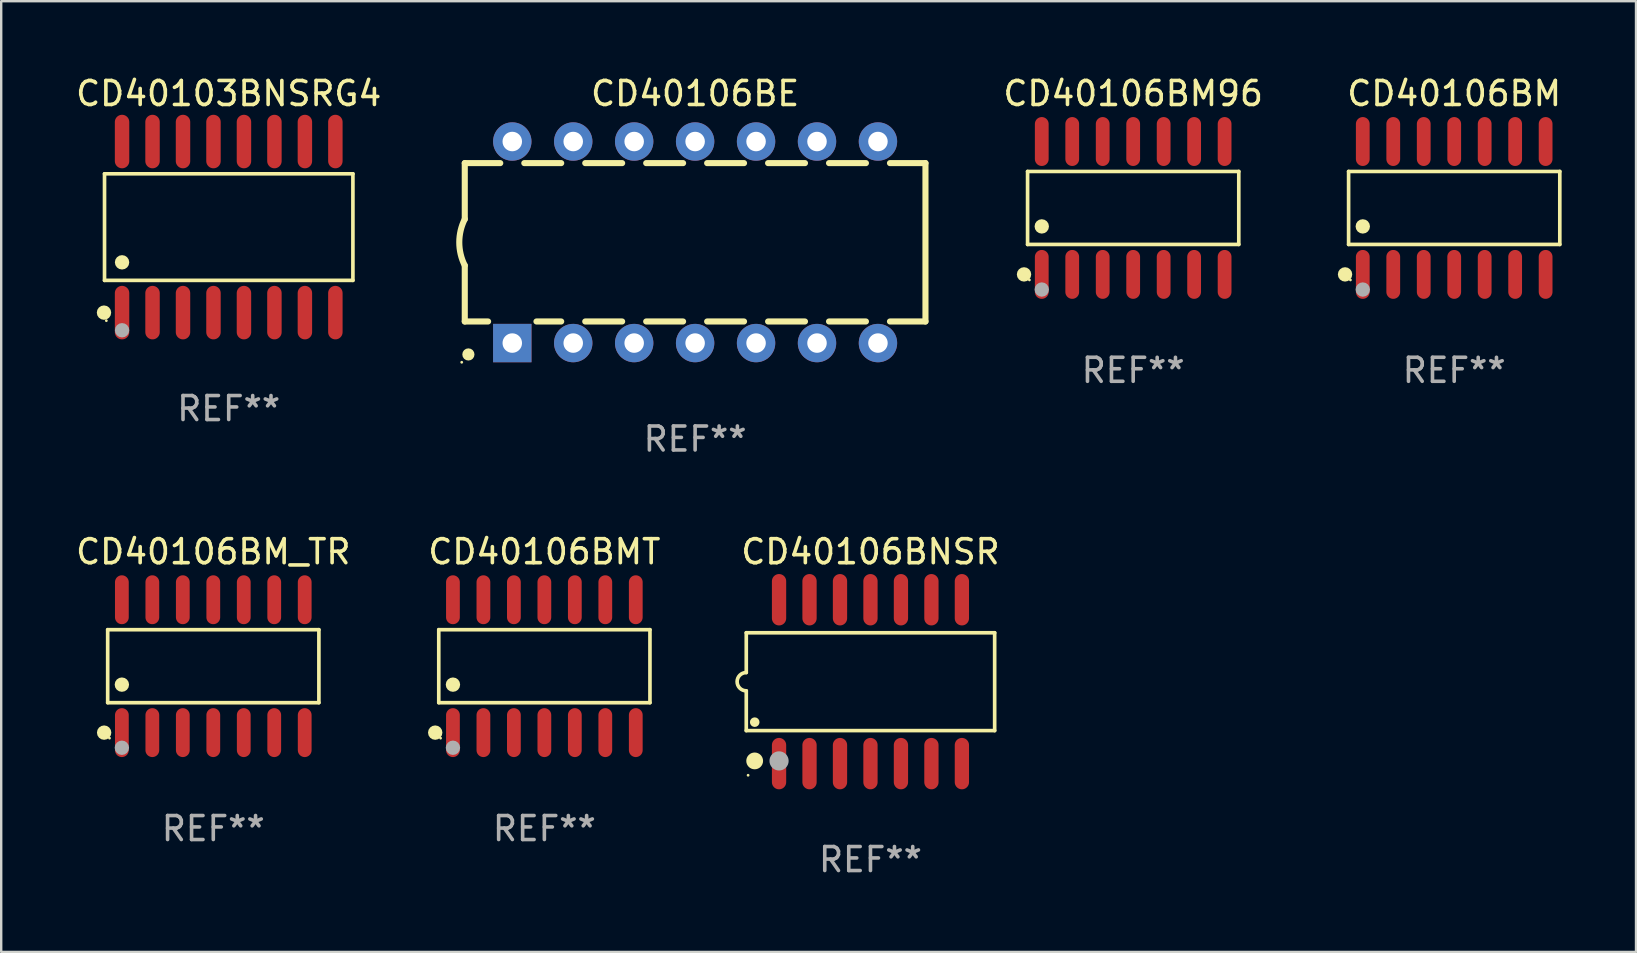
<source format=kicad_pcb>
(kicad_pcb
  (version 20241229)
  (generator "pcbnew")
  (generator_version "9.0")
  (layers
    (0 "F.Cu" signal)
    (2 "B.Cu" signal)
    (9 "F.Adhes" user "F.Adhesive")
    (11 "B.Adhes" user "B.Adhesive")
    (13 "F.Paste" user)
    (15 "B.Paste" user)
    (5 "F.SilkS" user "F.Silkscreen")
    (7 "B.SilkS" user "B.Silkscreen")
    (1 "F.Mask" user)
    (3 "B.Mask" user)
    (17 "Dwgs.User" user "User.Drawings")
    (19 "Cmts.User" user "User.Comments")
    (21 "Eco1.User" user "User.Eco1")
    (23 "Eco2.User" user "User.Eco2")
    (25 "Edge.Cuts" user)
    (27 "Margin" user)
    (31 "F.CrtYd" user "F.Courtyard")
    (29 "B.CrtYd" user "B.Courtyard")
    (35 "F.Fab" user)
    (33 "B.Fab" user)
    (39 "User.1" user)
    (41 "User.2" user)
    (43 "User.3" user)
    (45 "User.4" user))
  (footprint "CD40106BMT"
    (layer "F.Cu")
    (at 19.637 24.714)
    (property "Reference" "CD40106BMT" (at 0 -4.769 0) (layer "F.SilkS") (effects (font (size 1 1) (thickness 0.15))))
    (attr through_hole)
    (fp_line (start -4.401 -1.521) (end 4.401 -1.521) (stroke (width 0.152) (type solid)) (layer "F.SilkS"))
    (fp_line (start -4.401 1.521) (end -4.401 -1.521) (stroke (width 0.152) (type solid)) (layer "F.SilkS"))
    (fp_line (start 4.401 -1.521) (end 4.401 1.521) (stroke (width 0.152) (type solid)) (layer "F.SilkS"))
    (fp_line (start 4.401 1.521) (end -4.401 1.521) (stroke (width 0.152) (type solid)) (layer "F.SilkS"))
    (fp_circle (center -4.549 2.769) (end -4.399 2.769) (stroke (width 0.3) (type solid)) (fill no) (layer "F.SilkS"))
    (fp_circle (center -4.325 3) (end -4.295 3) (stroke (width 0.06) (type solid)) (fill no) (layer "F.SilkS"))
    (fp_circle (center -3.81 0.769) (end -3.66 0.769) (stroke (width 0.3) (type solid)) (fill no) (layer "F.SilkS"))
    (fp_circle (center -3.81 3.4) (end -3.66 3.4) (stroke (width 0.3) (type solid)) (fill no) (layer "F.Fab"))
    (fp_text user "REF**" (at 0 6.769 0) (layer "F.Fab") (effects (font (size 1 1) (thickness 0.15))))
    (pad "1" smd oval (at -3.81 2.769) (size 0.574 2.038) (layers "F.Cu" "F.Mask" "F.Paste"))
    (pad "2" smd oval (at -2.54 2.769) (size 0.574 2.038) (layers "F.Cu" "F.Mask" "F.Paste"))
    (pad "3" smd oval (at -1.27 2.769) (size 0.574 2.038) (layers "F.Cu" "F.Mask" "F.Paste"))
    (pad "4" smd oval (at 0 2.769) (size 0.574 2.038) (layers "F.Cu" "F.Mask" "F.Paste"))
    (pad "5" smd oval (at 1.27 2.769) (size 0.574 2.038) (layers "F.Cu" "F.Mask" "F.Paste"))
    (pad "6" smd oval (at 2.54 2.769) (size 0.574 2.038) (layers "F.Cu" "F.Mask" "F.Paste"))
    (pad "7" smd oval (at 3.81 2.769) (size 0.574 2.038) (layers "F.Cu" "F.Mask" "F.Paste"))
    (pad "8" smd oval (at 3.81 -2.769) (size 0.574 2.038) (layers "F.Cu" "F.Mask" "F.Paste"))
    (pad "9" smd oval (at 2.54 -2.769) (size 0.574 2.038) (layers "F.Cu" "F.Mask" "F.Paste"))
    (pad "10" smd oval (at 1.27 -2.769) (size 0.574 2.038) (layers "F.Cu" "F.Mask" "F.Paste"))
    (pad "11" smd oval (at 0 -2.769) (size 0.574 2.038) (layers "F.Cu" "F.Mask" "F.Paste"))
    (pad "12" smd oval (at -1.27 -2.769) (size 0.574 2.038) (layers "F.Cu" "F.Mask" "F.Paste"))
    (pad "13" smd oval (at -2.54 -2.769) (size 0.574 2.038) (layers "F.Cu" "F.Mask" "F.Paste"))
    (pad "14" smd oval (at -3.81 -2.769) (size 0.574 2.038) (layers "F.Cu" "F.Mask" "F.Paste")))
  (footprint "CD40106BE"
    (layer "F.Cu")
    (at 25.92 7.048)
    (property "Reference" "CD40106BE" (at 0 -6.2 0) (layer "F.SilkS") (effects (font (size 1 1) (thickness 0.15))))
    (attr through_hole)
    (fp_line (start -9.6 -3.3) (end -9.6 -0.965) (stroke (width 0.254) (type solid)) (layer "F.SilkS"))
    (fp_line (start -9.6 -3.3) (end -8.121 -3.3) (stroke (width 0.254) (type solid)) (layer "F.SilkS"))
    (fp_line (start -9.6 3.3) (end -9.6 0.965) (stroke (width 0.254) (type solid)) (layer "F.SilkS"))
    (fp_line (start -9.6 3.3) (end -8.628 3.3) (stroke (width 0.254) (type solid)) (layer "F.SilkS"))
    (fp_line (start -7.119 -3.3) (end -5.581 -3.3) (stroke (width 0.254) (type solid)) (layer "F.SilkS"))
    (fp_line (start -6.612 3.3) (end -5.581 3.3) (stroke (width 0.254) (type solid)) (layer "F.SilkS"))
    (fp_line (start -4.579 -3.3) (end -3.041 -3.3) (stroke (width 0.254) (type solid)) (layer "F.SilkS"))
    (fp_line (start -4.579 3.3) (end -3.041 3.3) (stroke (width 0.254) (type solid)) (layer "F.SilkS"))
    (fp_line (start -2.039 -3.3) (end -0.501 -3.3) (stroke (width 0.254) (type solid)) (layer "F.SilkS"))
    (fp_line (start -2.039 3.3) (end -0.501 3.3) (stroke (width 0.254) (type solid)) (layer "F.SilkS"))
    (fp_line (start 0.501 -3.3) (end 2.039 -3.3) (stroke (width 0.254) (type solid)) (layer "F.SilkS"))
    (fp_line (start 0.501 3.3) (end 2.039 3.3) (stroke (width 0.254) (type solid)) (layer "F.SilkS"))
    (fp_line (start 3.041 -3.3) (end 4.579 -3.3) (stroke (width 0.254) (type solid)) (layer "F.SilkS"))
    (fp_line (start 3.041 3.3) (end 4.579 3.3) (stroke (width 0.254) (type solid)) (layer "F.SilkS"))
    (fp_line (start 5.581 -3.3) (end 7.119 -3.3) (stroke (width 0.254) (type solid)) (layer "F.SilkS"))
    (fp_line (start 5.581 3.3) (end 7.119 3.3) (stroke (width 0.254) (type solid)) (layer "F.SilkS"))
    (fp_line (start 8.121 -3.3) (end 9.6 -3.3) (stroke (width 0.254) (type solid)) (layer "F.SilkS"))
    (fp_line (start 8.121 3.3) (end 9.6 3.3) (stroke (width 0.254) (type solid)) (layer "F.SilkS"))
    (fp_line (start 9.6 -3.3) (end 9.6 3.3) (stroke (width 0.254) (type solid)) (layer "F.SilkS"))
    (fp_arc (start -9.601219 0.965202) (mid -9.828641 -0.00004) (end -9.600025 -0.964999) (stroke (width 0.254001) (type solid)) (layer "F.SilkS"))
    (fp_circle (center -9.727 5) (end -9.697 5) (stroke (width 0.06) (type solid)) (fill no) (layer "F.SilkS"))
    (fp_circle (center -9.449 4.674) (end -9.322 4.674) (stroke (width 0.254) (type solid)) (fill no) (layer "F.SilkS"))
    (fp_text user "REF**" (at 0 8.2 0) (layer "F.Fab") (effects (font (size 1 1) (thickness 0.15))))
    (pad "1" thru_hole rect (at -7.62 4.2) (size 1.6 1.6) (drill 0.813) (layers "*.Cu" "*.Mask"))
    (pad "2" thru_hole circle (at -5.08 4.2) (size 1.6 1.6) (drill 0.813) (layers "*.Cu" "*.Mask"))
    (pad "3" thru_hole circle (at -2.54 4.2) (size 1.6 1.6) (drill 0.813) (layers "*.Cu" "*.Mask"))
    (pad "4" thru_hole circle (at 0 4.2) (size 1.6 1.6) (drill 0.813) (layers "*.Cu" "*.Mask"))
    (pad "5" thru_hole circle (at 2.54 4.2) (size 1.6 1.6) (drill 0.813) (layers "*.Cu" "*.Mask"))
    (pad "6" thru_hole circle (at 5.08 4.2) (size 1.6 1.6) (drill 0.813) (layers "*.Cu" "*.Mask"))
    (pad "7" thru_hole circle (at 7.62 4.2) (size 1.6 1.6) (drill 0.813) (layers "*.Cu" "*.Mask"))
    (pad "8" thru_hole circle (at 7.62 -4.2) (size 1.6 1.6) (drill 0.813) (layers "*.Cu" "*.Mask"))
    (pad "9" thru_hole circle (at 5.08 -4.2) (size 1.6 1.6) (drill 0.813) (layers "*.Cu" "*.Mask"))
    (pad "10" thru_hole circle (at 2.54 -4.2) (size 1.6 1.6) (drill 0.813) (layers "*.Cu" "*.Mask"))
    (pad "11" thru_hole circle (at 0 -4.2) (size 1.6 1.6) (drill 0.813) (layers "*.Cu" "*.Mask"))
    (pad "12" thru_hole circle (at -2.54 -4.2) (size 1.6 1.6) (drill 0.813) (layers "*.Cu" "*.Mask"))
    (pad "13" thru_hole circle (at -5.08 -4.2) (size 1.6 1.6) (drill 0.813) (layers "*.Cu" "*.Mask"))
    (pad "14" thru_hole circle (at -7.62 -4.2) (size 1.6 1.6) (drill 0.813) (layers "*.Cu" "*.Mask")))
  (footprint "CD40106BM_TR"
    (layer "F.Cu")
    (at 5.839 24.714)
    (property "Reference" "CD40106BM_TR" (at 0 -4.769 0) (layer "F.SilkS") (effects (font (size 1 1) (thickness 0.15))))
    (attr through_hole)
    (fp_line (start -4.401 -1.521) (end 4.401 -1.521) (stroke (width 0.152) (type solid)) (layer "F.SilkS"))
    (fp_line (start -4.401 1.521) (end -4.401 -1.521) (stroke (width 0.152) (type solid)) (layer "F.SilkS"))
    (fp_line (start 4.401 -1.521) (end 4.401 1.521) (stroke (width 0.152) (type solid)) (layer "F.SilkS"))
    (fp_line (start 4.401 1.521) (end -4.401 1.521) (stroke (width 0.152) (type solid)) (layer "F.SilkS"))
    (fp_circle (center -4.549 2.769) (end -4.399 2.769) (stroke (width 0.3) (type solid)) (fill no) (layer "F.SilkS"))
    (fp_circle (center -4.325 3) (end -4.295 3) (stroke (width 0.06) (type solid)) (fill no) (layer "F.SilkS"))
    (fp_circle (center -3.81 0.769) (end -3.66 0.769) (stroke (width 0.3) (type solid)) (fill no) (layer "F.SilkS"))
    (fp_circle (center -3.81 3.4) (end -3.66 3.4) (stroke (width 0.3) (type solid)) (fill no) (layer "F.Fab"))
    (fp_text user "REF**" (at 0 6.769 0) (layer "F.Fab") (effects (font (size 1 1) (thickness 0.15))))
    (pad "1" smd oval (at -3.81 2.769) (size 0.574 2.038) (layers "F.Cu" "F.Mask" "F.Paste"))
    (pad "2" smd oval (at -2.54 2.769) (size 0.574 2.038) (layers "F.Cu" "F.Mask" "F.Paste"))
    (pad "3" smd oval (at -1.27 2.769) (size 0.574 2.038) (layers "F.Cu" "F.Mask" "F.Paste"))
    (pad "4" smd oval (at 0 2.769) (size 0.574 2.038) (layers "F.Cu" "F.Mask" "F.Paste"))
    (pad "5" smd oval (at 1.27 2.769) (size 0.574 2.038) (layers "F.Cu" "F.Mask" "F.Paste"))
    (pad "6" smd oval (at 2.54 2.769) (size 0.574 2.038) (layers "F.Cu" "F.Mask" "F.Paste"))
    (pad "7" smd oval (at 3.81 2.769) (size 0.574 2.038) (layers "F.Cu" "F.Mask" "F.Paste"))
    (pad "8" smd oval (at 3.81 -2.769) (size 0.574 2.038) (layers "F.Cu" "F.Mask" "F.Paste"))
    (pad "9" smd oval (at 2.54 -2.769) (size 0.574 2.038) (layers "F.Cu" "F.Mask" "F.Paste"))
    (pad "10" smd oval (at 1.27 -2.769) (size 0.574 2.038) (layers "F.Cu" "F.Mask" "F.Paste"))
    (pad "11" smd oval (at 0 -2.769) (size 0.574 2.038) (layers "F.Cu" "F.Mask" "F.Paste"))
    (pad "12" smd oval (at -1.27 -2.769) (size 0.574 2.038) (layers "F.Cu" "F.Mask" "F.Paste"))
    (pad "13" smd oval (at -2.54 -2.769) (size 0.574 2.038) (layers "F.Cu" "F.Mask" "F.Paste"))
    (pad "14" smd oval (at -3.81 -2.769) (size 0.574 2.038) (layers "F.Cu" "F.Mask" "F.Paste")))
  (footprint "CD40106BM"
    (layer "F.Cu")
    (at 57.556 5.617)
    (property "Reference" "CD40106BM" (at 0 -4.769 0) (layer "F.SilkS") (effects (font (size 1 1) (thickness 0.15))))
    (attr through_hole)
    (fp_line (start -4.401 -1.521) (end 4.401 -1.521) (stroke (width 0.152) (type solid)) (layer "F.SilkS"))
    (fp_line (start -4.401 1.521) (end -4.401 -1.521) (stroke (width 0.152) (type solid)) (layer "F.SilkS"))
    (fp_line (start 4.401 -1.521) (end 4.401 1.521) (stroke (width 0.152) (type solid)) (layer "F.SilkS"))
    (fp_line (start 4.401 1.521) (end -4.401 1.521) (stroke (width 0.152) (type solid)) (layer "F.SilkS"))
    (fp_circle (center -4.549 2.769) (end -4.399 2.769) (stroke (width 0.3) (type solid)) (fill no) (layer "F.SilkS"))
    (fp_circle (center -4.325 3) (end -4.295 3) (stroke (width 0.06) (type solid)) (fill no) (layer "F.SilkS"))
    (fp_circle (center -3.81 0.769) (end -3.66 0.769) (stroke (width 0.3) (type solid)) (fill no) (layer "F.SilkS"))
    (fp_circle (center -3.81 3.4) (end -3.66 3.4) (stroke (width 0.3) (type solid)) (fill no) (layer "F.Fab"))
    (fp_text user "REF**" (at 0 6.769 0) (layer "F.Fab") (effects (font (size 1 1) (thickness 0.15))))
    (pad "1" smd oval (at -3.81 2.769) (size 0.574 2.038) (layers "F.Cu" "F.Mask" "F.Paste"))
    (pad "2" smd oval (at -2.54 2.769) (size 0.574 2.038) (layers "F.Cu" "F.Mask" "F.Paste"))
    (pad "3" smd oval (at -1.27 2.769) (size 0.574 2.038) (layers "F.Cu" "F.Mask" "F.Paste"))
    (pad "4" smd oval (at 0 2.769) (size 0.574 2.038) (layers "F.Cu" "F.Mask" "F.Paste"))
    (pad "5" smd oval (at 1.27 2.769) (size 0.574 2.038) (layers "F.Cu" "F.Mask" "F.Paste"))
    (pad "6" smd oval (at 2.54 2.769) (size 0.574 2.038) (layers "F.Cu" "F.Mask" "F.Paste"))
    (pad "7" smd oval (at 3.81 2.769) (size 0.574 2.038) (layers "F.Cu" "F.Mask" "F.Paste"))
    (pad "8" smd oval (at 3.81 -2.769) (size 0.574 2.038) (layers "F.Cu" "F.Mask" "F.Paste"))
    (pad "9" smd oval (at 2.54 -2.769) (size 0.574 2.038) (layers "F.Cu" "F.Mask" "F.Paste"))
    (pad "10" smd oval (at 1.27 -2.769) (size 0.574 2.038) (layers "F.Cu" "F.Mask" "F.Paste"))
    (pad "11" smd oval (at 0 -2.769) (size 0.574 2.038) (layers "F.Cu" "F.Mask" "F.Paste"))
    (pad "12" smd oval (at -1.27 -2.769) (size 0.574 2.038) (layers "F.Cu" "F.Mask" "F.Paste"))
    (pad "13" smd oval (at -2.54 -2.769) (size 0.574 2.038) (layers "F.Cu" "F.Mask" "F.Paste"))
    (pad "14" smd oval (at -3.81 -2.769) (size 0.574 2.038) (layers "F.Cu" "F.Mask" "F.Paste")))
  (footprint "CD40103BNSRG4"
    (layer "F.Cu")
    (at 6.482 6.414)
    (property "Reference" "CD40103BNSRG4" (at 0 -5.565 0) (layer "F.SilkS") (effects (font (size 1 1) (thickness 0.15))))
    (attr through_hole)
    (fp_line (start -5.176 -2.221) (end 5.176 -2.221) (stroke (width 0.152) (type solid)) (layer "F.SilkS"))
    (fp_line (start -5.176 2.221) (end -5.176 -2.221) (stroke (width 0.152) (type solid)) (layer "F.SilkS"))
    (fp_line (start 5.176 -2.221) (end 5.176 2.221) (stroke (width 0.152) (type solid)) (layer "F.SilkS"))
    (fp_line (start 5.176 2.221) (end -5.176 2.221) (stroke (width 0.152) (type solid)) (layer "F.SilkS"))
    (fp_circle (center -5.198 3.565) (end -5.048 3.565) (stroke (width 0.3) (type solid)) (fill no) (layer "F.SilkS"))
    (fp_circle (center -5.1 3.9) (end -5.07 3.9) (stroke (width 0.06) (type solid)) (fill no) (layer "F.SilkS"))
    (fp_circle (center -4.445 1.469) (end -4.295 1.469) (stroke (width 0.3) (type solid)) (fill no) (layer "F.SilkS"))
    (fp_circle (center -4.445 4.3) (end -4.295 4.3) (stroke (width 0.3) (type solid)) (fill no) (layer "F.Fab"))
    (fp_text user "REF**" (at 0 7.565 0) (layer "F.Fab") (effects (font (size 1 1) (thickness 0.15))))
    (pad "1" smd oval (at -4.445 3.565) (size 0.602 2.231) (layers "F.Cu" "F.Mask" "F.Paste"))
    (pad "2" smd oval (at -3.175 3.565) (size 0.602 2.231) (layers "F.Cu" "F.Mask" "F.Paste"))
    (pad "3" smd oval (at -1.905 3.565) (size 0.602 2.231) (layers "F.Cu" "F.Mask" "F.Paste"))
    (pad "4" smd oval (at -0.635 3.565) (size 0.602 2.231) (layers "F.Cu" "F.Mask" "F.Paste"))
    (pad "5" smd oval (at 0.635 3.565) (size 0.602 2.231) (layers "F.Cu" "F.Mask" "F.Paste"))
    (pad "6" smd oval (at 1.905 3.565) (size 0.602 2.231) (layers "F.Cu" "F.Mask" "F.Paste"))
    (pad "7" smd oval (at 3.175 3.565) (size 0.602 2.231) (layers "F.Cu" "F.Mask" "F.Paste"))
    (pad "8" smd oval (at 4.445 3.565) (size 0.602 2.231) (layers "F.Cu" "F.Mask" "F.Paste"))
    (pad "9" smd oval (at 4.445 -3.565) (size 0.602 2.231) (layers "F.Cu" "F.Mask" "F.Paste"))
    (pad "10" smd oval (at 3.175 -3.565) (size 0.602 2.231) (layers "F.Cu" "F.Mask" "F.Paste"))
    (pad "11" smd oval (at 1.905 -3.565) (size 0.602 2.231) (layers "F.Cu" "F.Mask" "F.Paste"))
    (pad "12" smd oval (at 0.635 -3.565) (size 0.602 2.231) (layers "F.Cu" "F.Mask" "F.Paste"))
    (pad "13" smd oval (at -0.635 -3.565) (size 0.602 2.231) (layers "F.Cu" "F.Mask" "F.Paste"))
    (pad "14" smd oval (at -1.905 -3.565) (size 0.602 2.231) (layers "F.Cu" "F.Mask" "F.Paste"))
    (pad "15" smd oval (at -3.175 -3.565) (size 0.602 2.231) (layers "F.Cu" "F.Mask" "F.Paste"))
    (pad "16" smd oval (at -4.445 -3.565) (size 0.602 2.231) (layers "F.Cu" "F.Mask" "F.Paste")))
  (footprint "CD40106BM96"
    (layer "F.Cu")
    (at 44.177 5.617)
    (property "Reference" "CD40106BM96" (at 0 -4.769 0) (layer "F.SilkS") (effects (font (size 1 1) (thickness 0.15))))
    (attr through_hole)
    (fp_line (start -4.401 -1.521) (end 4.401 -1.521) (stroke (width 0.152) (type solid)) (layer "F.SilkS"))
    (fp_line (start -4.401 1.521) (end -4.401 -1.521) (stroke (width 0.152) (type solid)) (layer "F.SilkS"))
    (fp_line (start 4.401 -1.521) (end 4.401 1.521) (stroke (width 0.152) (type solid)) (layer "F.SilkS"))
    (fp_line (start 4.401 1.521) (end -4.401 1.521) (stroke (width 0.152) (type solid)) (layer "F.SilkS"))
    (fp_circle (center -4.549 2.769) (end -4.399 2.769) (stroke (width 0.3) (type solid)) (fill no) (layer "F.SilkS"))
    (fp_circle (center -4.325 3) (end -4.295 3) (stroke (width 0.06) (type solid)) (fill no) (layer "F.SilkS"))
    (fp_circle (center -3.81 0.769) (end -3.66 0.769) (stroke (width 0.3) (type solid)) (fill no) (layer "F.SilkS"))
    (fp_circle (center -3.81 3.4) (end -3.66 3.4) (stroke (width 0.3) (type solid)) (fill no) (layer "F.Fab"))
    (fp_text user "REF**" (at 0 6.769 0) (layer "F.Fab") (effects (font (size 1 1) (thickness 0.15))))
    (pad "1" smd oval (at -3.81 2.769) (size 0.574 2.038) (layers "F.Cu" "F.Mask" "F.Paste"))
    (pad "2" smd oval (at -2.54 2.769) (size 0.574 2.038) (layers "F.Cu" "F.Mask" "F.Paste"))
    (pad "3" smd oval (at -1.27 2.769) (size 0.574 2.038) (layers "F.Cu" "F.Mask" "F.Paste"))
    (pad "4" smd oval (at 0 2.769) (size 0.574 2.038) (layers "F.Cu" "F.Mask" "F.Paste"))
    (pad "5" smd oval (at 1.27 2.769) (size 0.574 2.038) (layers "F.Cu" "F.Mask" "F.Paste"))
    (pad "6" smd oval (at 2.54 2.769) (size 0.574 2.038) (layers "F.Cu" "F.Mask" "F.Paste"))
    (pad "7" smd oval (at 3.81 2.769) (size 0.574 2.038) (layers "F.Cu" "F.Mask" "F.Paste"))
    (pad "8" smd oval (at 3.81 -2.769) (size 0.574 2.038) (layers "F.Cu" "F.Mask" "F.Paste"))
    (pad "9" smd oval (at 2.54 -2.769) (size 0.574 2.038) (layers "F.Cu" "F.Mask" "F.Paste"))
    (pad "10" smd oval (at 1.27 -2.769) (size 0.574 2.038) (layers "F.Cu" "F.Mask" "F.Paste"))
    (pad "11" smd oval (at 0 -2.769) (size 0.574 2.038) (layers "F.Cu" "F.Mask" "F.Paste"))
    (pad "12" smd oval (at -1.27 -2.769) (size 0.574 2.038) (layers "F.Cu" "F.Mask" "F.Paste"))
    (pad "13" smd oval (at -2.54 -2.769) (size 0.574 2.038) (layers "F.Cu" "F.Mask" "F.Paste"))
    (pad "14" smd oval (at -3.81 -2.769) (size 0.574 2.038) (layers "F.Cu" "F.Mask" "F.Paste")))
  (footprint "CD40106BNSR"
    (layer "F.Cu")
    (at 33.228 25.36)
    (property "Reference" "CD40106BNSR" (at 0 -5.415 0) (layer "F.SilkS") (effects (font (size 1 1) (thickness 0.15))))
    (attr through_hole)
    (fp_line (start -5.176 -2.039) (end 5.176 -2.039) (stroke (width 0.152) (type solid)) (layer "F.SilkS"))
    (fp_line (start -5.176 -0.381) (end -5.176 -2.039) (stroke (width 0.152) (type solid)) (layer "F.SilkS"))
    (fp_line (start -5.176 0.381) (end -5.176 2.039) (stroke (width 0.152) (type solid)) (layer "F.SilkS"))
    (fp_line (start 5.176 -2.039) (end 5.176 2.039) (stroke (width 0.152) (type solid)) (layer "F.SilkS"))
    (fp_line (start 5.176 2.039) (end -5.176 2.039) (stroke (width 0.152) (type solid)) (layer "F.SilkS"))
    (fp_arc (start -5.1762 0.381001) (mid -5.557201 0) (end -5.1762 -0.381001) (stroke (width 0.151994) (type solid)) (layer "F.SilkS"))
    (fp_circle (center -5.1 3.9) (end -5.07 3.9) (stroke (width 0.06) (type solid)) (fill no) (layer "F.SilkS"))
    (fp_circle (center -4.826 3.302) (end -4.651 3.302) (stroke (width 0.35) (type solid)) (fill no) (layer "F.SilkS"))
    (fp_circle (center -4.824 1.687) (end -4.724 1.687) (stroke (width 0.2) (type solid)) (fill no) (layer "F.SilkS"))
    (fp_circle (center -3.81 3.302) (end -3.61 3.302) (stroke (width 0.4) (type solid)) (fill no) (layer "F.Fab"))
    (fp_text user "REF**" (at 0 7.415 0) (layer "F.Fab") (effects (font (size 1 1) (thickness 0.15))))
    (pad "1" smd oval (at -3.81 3.415) (size 0.595 2.142) (layers "F.Cu" "F.Mask" "F.Paste"))
    (pad "2" smd oval (at -2.54 3.415) (size 0.595 2.142) (layers "F.Cu" "F.Mask" "F.Paste"))
    (pad "3" smd oval (at -1.27 3.415) (size 0.595 2.142) (layers "F.Cu" "F.Mask" "F.Paste"))
    (pad "4" smd oval (at 0 3.415) (size 0.595 2.142) (layers "F.Cu" "F.Mask" "F.Paste"))
    (pad "5" smd oval (at 1.27 3.415) (size 0.595 2.142) (layers "F.Cu" "F.Mask" "F.Paste"))
    (pad "6" smd oval (at 2.54 3.415) (size 0.595 2.142) (layers "F.Cu" "F.Mask" "F.Paste"))
    (pad "7" smd oval (at 3.81 3.415) (size 0.595 2.142) (layers "F.Cu" "F.Mask" "F.Paste"))
    (pad "8" smd oval (at 3.81 -3.415) (size 0.595 2.142) (layers "F.Cu" "F.Mask" "F.Paste"))
    (pad "9" smd oval (at 2.54 -3.415) (size 0.595 2.142) (layers "F.Cu" "F.Mask" "F.Paste"))
    (pad "10" smd oval (at 1.27 -3.415) (size 0.595 2.142) (layers "F.Cu" "F.Mask" "F.Paste"))
    (pad "11" smd oval (at 0 -3.415) (size 0.595 2.142) (layers "F.Cu" "F.Mask" "F.Paste"))
    (pad "12" smd oval (at -1.27 -3.415) (size 0.595 2.142) (layers "F.Cu" "F.Mask" "F.Paste"))
    (pad "13" smd oval (at -2.54 -3.415) (size 0.595 2.142) (layers "F.Cu" "F.Mask" "F.Paste"))
    (pad "14" smd oval (at -3.81 -3.415) (size 0.595 2.142) (layers "F.Cu" "F.Mask" "F.Paste")))
  (gr_rect
    (start -3 -3)
    (end 65.133 36.623)
    (stroke (width 0.1) (type default))
    (fill no)
    (layer "Edge.Cuts")))
</source>
